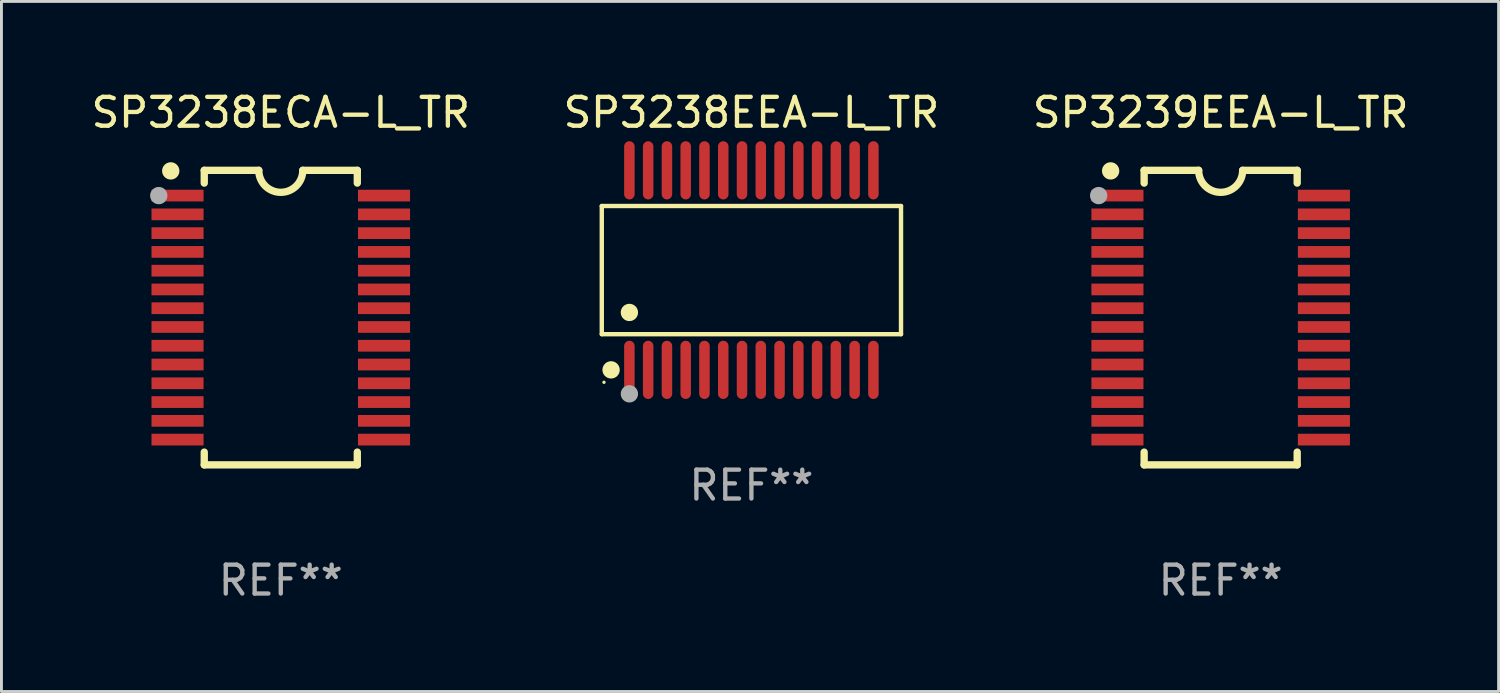
<source format=kicad_pcb>
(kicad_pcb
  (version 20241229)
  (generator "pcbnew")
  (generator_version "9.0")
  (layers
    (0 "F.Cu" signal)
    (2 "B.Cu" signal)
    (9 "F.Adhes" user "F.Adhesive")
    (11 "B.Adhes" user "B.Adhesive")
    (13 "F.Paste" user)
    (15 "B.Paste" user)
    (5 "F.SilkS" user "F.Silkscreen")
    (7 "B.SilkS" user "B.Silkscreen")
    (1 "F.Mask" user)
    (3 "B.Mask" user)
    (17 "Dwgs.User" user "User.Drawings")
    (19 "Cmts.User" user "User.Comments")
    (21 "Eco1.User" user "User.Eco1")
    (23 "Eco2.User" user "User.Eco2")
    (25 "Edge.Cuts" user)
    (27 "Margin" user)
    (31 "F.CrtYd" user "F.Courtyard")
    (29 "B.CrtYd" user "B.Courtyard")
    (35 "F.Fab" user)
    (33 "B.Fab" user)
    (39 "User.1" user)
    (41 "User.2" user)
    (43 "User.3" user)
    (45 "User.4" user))
  (footprint "SP3238ECA-L_TR"
    (layer "F.Cu")
    (at 6.673 7.948)
    (property "Reference" "SP3238ECA-L_TR" (at 0 -7.1 0) (layer "F.SilkS") (effects (font (size 1 1) (thickness 0.15))))
    (attr through_hole)
    (fp_line (start -2.65 -5.1) (end -0.762 -5.1) (stroke (width 0.254) (type solid)) (layer "F.SilkS"))
    (fp_line (start -2.65 -4.658) (end -2.65 -5.1) (stroke (width 0.254) (type solid)) (layer "F.SilkS"))
    (fp_line (start -2.65 5.1) (end -2.65 4.658) (stroke (width 0.254) (type solid)) (layer "F.SilkS"))
    (fp_line (start -2.65 5.1) (end 2.65 5.1) (stroke (width 0.254) (type solid)) (layer "F.SilkS"))
    (fp_line (start 2.65 -5.1) (end 0.762 -5.1) (stroke (width 0.254) (type solid)) (layer "F.SilkS"))
    (fp_line (start 2.65 -5.1) (end 2.65 -4.658) (stroke (width 0.254) (type solid)) (layer "F.SilkS"))
    (fp_line (start 2.65 4.658) (end 2.65 5.1) (stroke (width 0.254) (type solid)) (layer "F.SilkS"))
    (fp_arc (start 0.761925 -5.1) (mid -0.000241 -4.338329) (end -0.762077 -5.10033) (stroke (width 0.254001) (type solid)) (layer "F.SilkS"))
    (fp_circle (center -3.858 -5.07) (end -3.828 -5.07) (stroke (width 0.06) (type solid)) (fill no) (layer "F.SilkS"))
    (fp_circle (center -3.81 -5.08) (end -3.66 -5.08) (stroke (width 0.3) (type solid)) (fill no) (layer "F.SilkS"))
    (fp_circle (center -4.225 -4.225) (end -4.075 -4.225) (stroke (width 0.3) (type solid)) (fill no) (layer "F.Fab"))
    (fp_text user "REF**" (at 0 9.1 0) (layer "F.Fab") (effects (font (size 1 1) (thickness 0.15))))
    (pad "1" smd rect (at -3.575 -4.225) (size 1.803 0.406) (layers "F.Cu" "F.Mask" "F.Paste"))
    (pad "2" smd rect (at -3.575 -3.575) (size 1.803 0.406) (layers "F.Cu" "F.Mask" "F.Paste"))
    (pad "3" smd rect (at -3.575 -2.925) (size 1.803 0.406) (layers "F.Cu" "F.Mask" "F.Paste"))
    (pad "4" smd rect (at -3.575 -2.275) (size 1.803 0.406) (layers "F.Cu" "F.Mask" "F.Paste"))
    (pad "5" smd rect (at -3.575 -1.625) (size 1.803 0.406) (layers "F.Cu" "F.Mask" "F.Paste"))
    (pad "6" smd rect (at -3.575 -0.975) (size 1.803 0.406) (layers "F.Cu" "F.Mask" "F.Paste"))
    (pad "7" smd rect (at -3.575 -0.325) (size 1.803 0.406) (layers "F.Cu" "F.Mask" "F.Paste"))
    (pad "8" smd rect (at -3.575 0.325) (size 1.803 0.406) (layers "F.Cu" "F.Mask" "F.Paste"))
    (pad "9" smd rect (at -3.575 0.975) (size 1.803 0.406) (layers "F.Cu" "F.Mask" "F.Paste"))
    (pad "10" smd rect (at -3.575 1.625) (size 1.803 0.406) (layers "F.Cu" "F.Mask" "F.Paste"))
    (pad "11" smd rect (at -3.575 2.275) (size 1.803 0.406) (layers "F.Cu" "F.Mask" "F.Paste"))
    (pad "12" smd rect (at -3.575 2.925) (size 1.803 0.406) (layers "F.Cu" "F.Mask" "F.Paste"))
    (pad "13" smd rect (at -3.575 3.575) (size 1.803 0.406) (layers "F.Cu" "F.Mask" "F.Paste"))
    (pad "14" smd rect (at -3.575 4.225) (size 1.803 0.406) (layers "F.Cu" "F.Mask" "F.Paste"))
    (pad "15" smd rect (at 3.575 4.225) (size 1.803 0.406) (layers "F.Cu" "F.Mask" "F.Paste"))
    (pad "16" smd rect (at 3.575 3.575) (size 1.803 0.406) (layers "F.Cu" "F.Mask" "F.Paste"))
    (pad "17" smd rect (at 3.575 2.925) (size 1.803 0.406) (layers "F.Cu" "F.Mask" "F.Paste"))
    (pad "18" smd rect (at 3.575 2.275) (size 1.803 0.406) (layers "F.Cu" "F.Mask" "F.Paste"))
    (pad "19" smd rect (at 3.575 1.625) (size 1.803 0.406) (layers "F.Cu" "F.Mask" "F.Paste"))
    (pad "20" smd rect (at 3.575 0.975) (size 1.803 0.406) (layers "F.Cu" "F.Mask" "F.Paste"))
    (pad "21" smd rect (at 3.575 0.325) (size 1.803 0.406) (layers "F.Cu" "F.Mask" "F.Paste"))
    (pad "22" smd rect (at 3.575 -0.325) (size 1.803 0.406) (layers "F.Cu" "F.Mask" "F.Paste"))
    (pad "23" smd rect (at 3.575 -0.975) (size 1.803 0.406) (layers "F.Cu" "F.Mask" "F.Paste"))
    (pad "24" smd rect (at 3.575 -1.625) (size 1.803 0.406) (layers "F.Cu" "F.Mask" "F.Paste"))
    (pad "25" smd rect (at 3.575 -2.275) (size 1.803 0.406) (layers "F.Cu" "F.Mask" "F.Paste"))
    (pad "26" smd rect (at 3.575 -2.925) (size 1.803 0.406) (layers "F.Cu" "F.Mask" "F.Paste"))
    (pad "27" smd rect (at 3.575 -3.575) (size 1.803 0.406) (layers "F.Cu" "F.Mask" "F.Paste"))
    (pad "28" smd rect (at 3.575 -4.225) (size 1.803 0.406) (layers "F.Cu" "F.Mask" "F.Paste")))
  (footprint "SP3239EEA-L_TR"
    (layer "F.Cu")
    (at 39.22 7.948)
    (property "Reference" "SP3239EEA-L_TR" (at 0 -7.1 0) (layer "F.SilkS") (effects (font (size 1 1) (thickness 0.15))))
    (attr through_hole)
    (fp_line (start -2.65 -5.1) (end -0.762 -5.1) (stroke (width 0.254) (type solid)) (layer "F.SilkS"))
    (fp_line (start -2.65 -4.658) (end -2.65 -5.1) (stroke (width 0.254) (type solid)) (layer "F.SilkS"))
    (fp_line (start -2.65 5.1) (end -2.65 4.658) (stroke (width 0.254) (type solid)) (layer "F.SilkS"))
    (fp_line (start -2.65 5.1) (end 2.65 5.1) (stroke (width 0.254) (type solid)) (layer "F.SilkS"))
    (fp_line (start 2.65 -5.1) (end 0.762 -5.1) (stroke (width 0.254) (type solid)) (layer "F.SilkS"))
    (fp_line (start 2.65 -5.1) (end 2.65 -4.658) (stroke (width 0.254) (type solid)) (layer "F.SilkS"))
    (fp_line (start 2.65 4.658) (end 2.65 5.1) (stroke (width 0.254) (type solid)) (layer "F.SilkS"))
    (fp_arc (start 0.761925 -5.1) (mid -0.000241 -4.338329) (end -0.762077 -5.10033) (stroke (width 0.254001) (type solid)) (layer "F.SilkS"))
    (fp_circle (center -3.858 -5.07) (end -3.828 -5.07) (stroke (width 0.06) (type solid)) (fill no) (layer "F.SilkS"))
    (fp_circle (center -3.81 -5.08) (end -3.66 -5.08) (stroke (width 0.3) (type solid)) (fill no) (layer "F.SilkS"))
    (fp_circle (center -4.225 -4.225) (end -4.075 -4.225) (stroke (width 0.3) (type solid)) (fill no) (layer "F.Fab"))
    (fp_text user "REF**" (at 0 9.1 0) (layer "F.Fab") (effects (font (size 1 1) (thickness 0.15))))
    (pad "1" smd rect (at -3.575 -4.225) (size 1.803 0.406) (layers "F.Cu" "F.Mask" "F.Paste"))
    (pad "2" smd rect (at -3.575 -3.575) (size 1.803 0.406) (layers "F.Cu" "F.Mask" "F.Paste"))
    (pad "3" smd rect (at -3.575 -2.925) (size 1.803 0.406) (layers "F.Cu" "F.Mask" "F.Paste"))
    (pad "4" smd rect (at -3.575 -2.275) (size 1.803 0.406) (layers "F.Cu" "F.Mask" "F.Paste"))
    (pad "5" smd rect (at -3.575 -1.625) (size 1.803 0.406) (layers "F.Cu" "F.Mask" "F.Paste"))
    (pad "6" smd rect (at -3.575 -0.975) (size 1.803 0.406) (layers "F.Cu" "F.Mask" "F.Paste"))
    (pad "7" smd rect (at -3.575 -0.325) (size 1.803 0.406) (layers "F.Cu" "F.Mask" "F.Paste"))
    (pad "8" smd rect (at -3.575 0.325) (size 1.803 0.406) (layers "F.Cu" "F.Mask" "F.Paste"))
    (pad "9" smd rect (at -3.575 0.975) (size 1.803 0.406) (layers "F.Cu" "F.Mask" "F.Paste"))
    (pad "10" smd rect (at -3.575 1.625) (size 1.803 0.406) (layers "F.Cu" "F.Mask" "F.Paste"))
    (pad "11" smd rect (at -3.575 2.275) (size 1.803 0.406) (layers "F.Cu" "F.Mask" "F.Paste"))
    (pad "12" smd rect (at -3.575 2.925) (size 1.803 0.406) (layers "F.Cu" "F.Mask" "F.Paste"))
    (pad "13" smd rect (at -3.575 3.575) (size 1.803 0.406) (layers "F.Cu" "F.Mask" "F.Paste"))
    (pad "14" smd rect (at -3.575 4.225) (size 1.803 0.406) (layers "F.Cu" "F.Mask" "F.Paste"))
    (pad "15" smd rect (at 3.575 4.225) (size 1.803 0.406) (layers "F.Cu" "F.Mask" "F.Paste"))
    (pad "16" smd rect (at 3.575 3.575) (size 1.803 0.406) (layers "F.Cu" "F.Mask" "F.Paste"))
    (pad "17" smd rect (at 3.575 2.925) (size 1.803 0.406) (layers "F.Cu" "F.Mask" "F.Paste"))
    (pad "18" smd rect (at 3.575 2.275) (size 1.803 0.406) (layers "F.Cu" "F.Mask" "F.Paste"))
    (pad "19" smd rect (at 3.575 1.625) (size 1.803 0.406) (layers "F.Cu" "F.Mask" "F.Paste"))
    (pad "20" smd rect (at 3.575 0.975) (size 1.803 0.406) (layers "F.Cu" "F.Mask" "F.Paste"))
    (pad "21" smd rect (at 3.575 0.325) (size 1.803 0.406) (layers "F.Cu" "F.Mask" "F.Paste"))
    (pad "22" smd rect (at 3.575 -0.325) (size 1.803 0.406) (layers "F.Cu" "F.Mask" "F.Paste"))
    (pad "23" smd rect (at 3.575 -0.975) (size 1.803 0.406) (layers "F.Cu" "F.Mask" "F.Paste"))
    (pad "24" smd rect (at 3.575 -1.625) (size 1.803 0.406) (layers "F.Cu" "F.Mask" "F.Paste"))
    (pad "25" smd rect (at 3.575 -2.275) (size 1.803 0.406) (layers "F.Cu" "F.Mask" "F.Paste"))
    (pad "26" smd rect (at 3.575 -2.925) (size 1.803 0.406) (layers "F.Cu" "F.Mask" "F.Paste"))
    (pad "27" smd rect (at 3.575 -3.575) (size 1.803 0.406) (layers "F.Cu" "F.Mask" "F.Paste"))
    (pad "28" smd rect (at 3.575 -4.225) (size 1.803 0.406) (layers "F.Cu" "F.Mask" "F.Paste")))
  (footprint "SP3238EEA-L_TR"
    (layer "F.Cu")
    (at 22.97 6.303)
    (property "Reference" "SP3238EEA-L_TR" (at 0 -5.455 0) (layer "F.SilkS") (effects (font (size 1 1) (thickness 0.15))))
    (attr through_hole)
    (fp_line (start -5.181 -2.219) (end 5.181 -2.219) (stroke (width 0.152) (type solid)) (layer "F.SilkS"))
    (fp_line (start -5.181 2.219) (end -5.181 -2.219) (stroke (width 0.152) (type solid)) (layer "F.SilkS"))
    (fp_line (start 5.181 -2.219) (end 5.181 2.219) (stroke (width 0.152) (type solid)) (layer "F.SilkS"))
    (fp_line (start 5.181 2.219) (end -5.181 2.219) (stroke (width 0.152) (type solid)) (layer "F.SilkS"))
    (fp_circle (center -5.105 3.885) (end -5.075 3.885) (stroke (width 0.06) (type solid)) (fill no) (layer "F.SilkS"))
    (fp_circle (center -4.859 3.455) (end -4.709 3.455) (stroke (width 0.3) (type solid)) (fill no) (layer "F.SilkS"))
    (fp_circle (center -4.225 1.467) (end -4.075 1.467) (stroke (width 0.3) (type solid)) (fill no) (layer "F.SilkS"))
    (fp_circle (center -4.225 4.285) (end -4.075 4.285) (stroke (width 0.3) (type solid)) (fill no) (layer "F.Fab"))
    (fp_text user "REF**" (at 0 7.455 0) (layer "F.Fab") (effects (font (size 1 1) (thickness 0.15))))
    (pad "1" smd oval (at -4.225 3.455) (size 0.364 2.015) (layers "F.Cu" "F.Mask" "F.Paste"))
    (pad "2" smd oval (at -3.575 3.455) (size 0.364 2.015) (layers "F.Cu" "F.Mask" "F.Paste"))
    (pad "3" smd oval (at -2.925 3.455) (size 0.364 2.015) (layers "F.Cu" "F.Mask" "F.Paste"))
    (pad "4" smd oval (at -2.275 3.455) (size 0.364 2.015) (layers "F.Cu" "F.Mask" "F.Paste"))
    (pad "5" smd oval (at -1.625 3.455) (size 0.364 2.015) (layers "F.Cu" "F.Mask" "F.Paste"))
    (pad "6" smd oval (at -0.975 3.455) (size 0.364 2.015) (layers "F.Cu" "F.Mask" "F.Paste"))
    (pad "7" smd oval (at -0.325 3.455) (size 0.364 2.015) (layers "F.Cu" "F.Mask" "F.Paste"))
    (pad "8" smd oval (at 0.325 3.455) (size 0.364 2.015) (layers "F.Cu" "F.Mask" "F.Paste"))
    (pad "9" smd oval (at 0.975 3.455) (size 0.364 2.015) (layers "F.Cu" "F.Mask" "F.Paste"))
    (pad "10" smd oval (at 1.625 3.455) (size 0.364 2.015) (layers "F.Cu" "F.Mask" "F.Paste"))
    (pad "11" smd oval (at 2.275 3.455) (size 0.364 2.015) (layers "F.Cu" "F.Mask" "F.Paste"))
    (pad "12" smd oval (at 2.925 3.455) (size 0.364 2.015) (layers "F.Cu" "F.Mask" "F.Paste"))
    (pad "13" smd oval (at 3.575 3.455) (size 0.364 2.015) (layers "F.Cu" "F.Mask" "F.Paste"))
    (pad "14" smd oval (at 4.225 3.455) (size 0.364 2.015) (layers "F.Cu" "F.Mask" "F.Paste"))
    (pad "15" smd oval (at 4.225 -3.455) (size 0.364 2.015) (layers "F.Cu" "F.Mask" "F.Paste"))
    (pad "16" smd oval (at 3.575 -3.455) (size 0.364 2.015) (layers "F.Cu" "F.Mask" "F.Paste"))
    (pad "17" smd oval (at 2.925 -3.455) (size 0.364 2.015) (layers "F.Cu" "F.Mask" "F.Paste"))
    (pad "18" smd oval (at 2.275 -3.455) (size 0.364 2.015) (layers "F.Cu" "F.Mask" "F.Paste"))
    (pad "19" smd oval (at 1.625 -3.455) (size 0.364 2.015) (layers "F.Cu" "F.Mask" "F.Paste"))
    (pad "20" smd oval (at 0.975 -3.455) (size 0.364 2.015) (layers "F.Cu" "F.Mask" "F.Paste"))
    (pad "21" smd oval (at 0.325 -3.455) (size 0.364 2.015) (layers "F.Cu" "F.Mask" "F.Paste"))
    (pad "22" smd oval (at -0.325 -3.455) (size 0.364 2.015) (layers "F.Cu" "F.Mask" "F.Paste"))
    (pad "23" smd oval (at -0.975 -3.455) (size 0.364 2.015) (layers "F.Cu" "F.Mask" "F.Paste"))
    (pad "24" smd oval (at -1.625 -3.455) (size 0.364 2.015) (layers "F.Cu" "F.Mask" "F.Paste"))
    (pad "25" smd oval (at -2.275 -3.455) (size 0.364 2.015) (layers "F.Cu" "F.Mask" "F.Paste"))
    (pad "26" smd oval (at -2.925 -3.455) (size 0.364 2.015) (layers "F.Cu" "F.Mask" "F.Paste"))
    (pad "27" smd oval (at -3.575 -3.455) (size 0.364 2.015) (layers "F.Cu" "F.Mask" "F.Paste"))
    (pad "28" smd oval (at -4.225 -3.455) (size 0.364 2.015) (layers "F.Cu" "F.Mask" "F.Paste")))
  (gr_rect
    (start -3 -3)
    (end 48.845 20.896)
    (stroke (width 0.1) (type default))
    (fill no)
    (layer "Edge.Cuts")))
</source>
